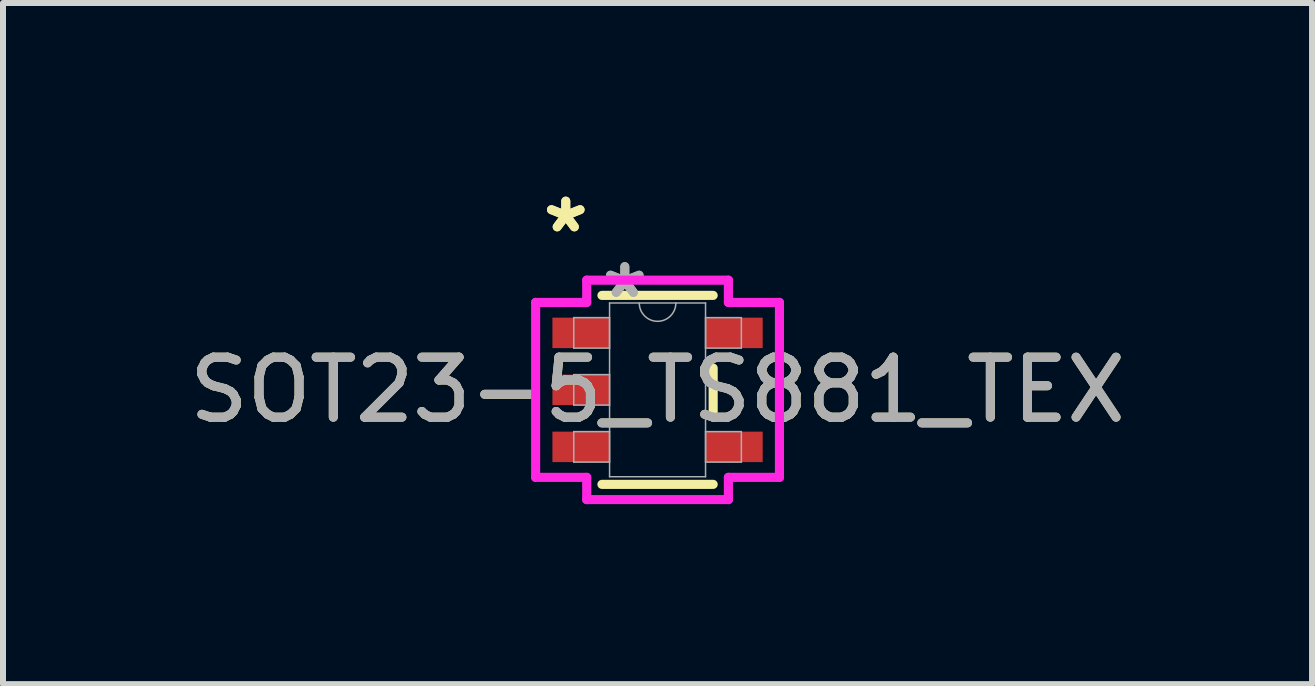
<source format=kicad_pcb>
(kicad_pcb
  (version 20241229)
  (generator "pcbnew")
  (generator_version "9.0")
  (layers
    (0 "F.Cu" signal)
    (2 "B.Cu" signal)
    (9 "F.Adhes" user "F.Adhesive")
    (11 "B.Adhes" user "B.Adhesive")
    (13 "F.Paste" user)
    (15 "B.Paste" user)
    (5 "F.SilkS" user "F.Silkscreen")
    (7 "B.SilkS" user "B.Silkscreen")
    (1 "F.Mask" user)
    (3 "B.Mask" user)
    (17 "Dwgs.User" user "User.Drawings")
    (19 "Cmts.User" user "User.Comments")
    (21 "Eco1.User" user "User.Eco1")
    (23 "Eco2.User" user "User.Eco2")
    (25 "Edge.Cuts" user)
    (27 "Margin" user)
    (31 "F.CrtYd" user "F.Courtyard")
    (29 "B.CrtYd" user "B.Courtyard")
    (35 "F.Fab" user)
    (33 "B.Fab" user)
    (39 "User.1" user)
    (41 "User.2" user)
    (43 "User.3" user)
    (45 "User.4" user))
  (footprint "SOT23-5_TS881_TEX"
    (layer "F.Cu")
    (at 7.911 3.449)
    (property "Reference" "SOT23-5_TS881_TEX" (at 0 0 0) (unlocked yes) (layer "F.SilkS") (effects (font (size 1 1) (thickness 0.15))))
    (attr smd)
    (fp_line (start -0.927 1.575) (end 0.927 1.575) (stroke (width 0.152) (type solid)) (layer "F.SilkS"))
    (fp_line (start 0.927 -1.575) (end -0.927 -1.575) (stroke (width 0.152) (type solid)) (layer "F.SilkS"))
    (fp_line (start 0.927 0.363) (end 0.927 -0.363) (stroke (width 0.152) (type solid)) (layer "F.SilkS"))
    (fp_line (start -2.032 -1.458) (end -1.181 -1.458) (stroke (width 0.152) (type solid)) (layer "F.CrtYd"))
    (fp_line (start -2.032 1.458) (end -2.032 -1.458) (stroke (width 0.152) (type solid)) (layer "F.CrtYd"))
    (fp_line (start -1.181 -1.829) (end 1.181 -1.829) (stroke (width 0.152) (type solid)) (layer "F.CrtYd"))
    (fp_line (start -1.181 -1.458) (end -1.181 -1.829) (stroke (width 0.152) (type solid)) (layer "F.CrtYd"))
    (fp_line (start -1.181 1.458) (end -2.032 1.458) (stroke (width 0.152) (type solid)) (layer "F.CrtYd"))
    (fp_line (start -1.181 1.829) (end -1.181 1.458) (stroke (width 0.152) (type solid)) (layer "F.CrtYd"))
    (fp_line (start 1.181 -1.829) (end 1.181 -1.458) (stroke (width 0.152) (type solid)) (layer "F.CrtYd"))
    (fp_line (start 1.181 -1.458) (end 2.032 -1.458) (stroke (width 0.152) (type solid)) (layer "F.CrtYd"))
    (fp_line (start 1.181 1.458) (end 1.181 1.829) (stroke (width 0.152) (type solid)) (layer "F.CrtYd"))
    (fp_line (start 1.181 1.829) (end -1.181 1.829) (stroke (width 0.152) (type solid)) (layer "F.CrtYd"))
    (fp_line (start 2.032 -1.458) (end 2.032 1.458) (stroke (width 0.152) (type solid)) (layer "F.CrtYd"))
    (fp_line (start 2.032 1.458) (end 1.181 1.458) (stroke (width 0.152) (type solid)) (layer "F.CrtYd"))
    (fp_line (start -1.397 -1.204) (end -1.397 -0.696) (stroke (width 0.025) (type solid)) (layer "F.Fab"))
    (fp_line (start -1.397 -0.696) (end -0.8 -0.696) (stroke (width 0.025) (type solid)) (layer "F.Fab"))
    (fp_line (start -1.397 -0.254) (end -1.397 0.254) (stroke (width 0.025) (type solid)) (layer "F.Fab"))
    (fp_line (start -1.397 0.254) (end -0.8 0.254) (stroke (width 0.025) (type solid)) (layer "F.Fab"))
    (fp_line (start -1.397 0.696) (end -1.397 1.204) (stroke (width 0.025) (type solid)) (layer "F.Fab"))
    (fp_line (start -1.397 1.204) (end -0.8 1.204) (stroke (width 0.025) (type solid)) (layer "F.Fab"))
    (fp_line (start -0.8 -1.448) (end -0.8 1.448) (stroke (width 0.025) (type solid)) (layer "F.Fab"))
    (fp_line (start -0.8 -1.204) (end -1.397 -1.204) (stroke (width 0.025) (type solid)) (layer "F.Fab"))
    (fp_line (start -0.8 -0.696) (end -0.8 -1.204) (stroke (width 0.025) (type solid)) (layer "F.Fab"))
    (fp_line (start -0.8 -0.254) (end -1.397 -0.254) (stroke (width 0.025) (type solid)) (layer "F.Fab"))
    (fp_line (start -0.8 0.254) (end -0.8 -0.254) (stroke (width 0.025) (type solid)) (layer "F.Fab"))
    (fp_line (start -0.8 0.696) (end -1.397 0.696) (stroke (width 0.025) (type solid)) (layer "F.Fab"))
    (fp_line (start -0.8 1.204) (end -0.8 0.696) (stroke (width 0.025) (type solid)) (layer "F.Fab"))
    (fp_line (start -0.8 1.448) (end 0.8 1.448) (stroke (width 0.025) (type solid)) (layer "F.Fab"))
    (fp_line (start 0.8 -1.448) (end -0.8 -1.448) (stroke (width 0.025) (type solid)) (layer "F.Fab"))
    (fp_line (start 0.8 -1.204) (end 0.8 -0.696) (stroke (width 0.025) (type solid)) (layer "F.Fab"))
    (fp_line (start 0.8 -0.696) (end 1.397 -0.696) (stroke (width 0.025) (type solid)) (layer "F.Fab"))
    (fp_line (start 0.8 0.696) (end 0.8 1.204) (stroke (width 0.025) (type solid)) (layer "F.Fab"))
    (fp_line (start 0.8 1.204) (end 1.397 1.204) (stroke (width 0.025) (type solid)) (layer "F.Fab"))
    (fp_line (start 0.8 1.448) (end 0.8 -1.448) (stroke (width 0.025) (type solid)) (layer "F.Fab"))
    (fp_line (start 1.397 -1.204) (end 0.8 -1.204) (stroke (width 0.025) (type solid)) (layer "F.Fab"))
    (fp_line (start 1.397 -0.696) (end 1.397 -1.204) (stroke (width 0.025) (type solid)) (layer "F.Fab"))
    (fp_line (start 1.397 0.696) (end 0.8 0.696) (stroke (width 0.025) (type solid)) (layer "F.Fab"))
    (fp_line (start 1.397 1.204) (end 1.397 0.696) (stroke (width 0.025) (type solid)) (layer "F.Fab"))
    (fp_arc (start 0.3048 -1.4478) (mid 0 -1.143) (end -0.3048 -1.4478) (stroke (width 0.0254) (type solid)) (layer "F.Fab"))
    (fp_text user "*" (at -1.53 -2.601 0) (unlocked yes) (layer "F.SilkS") (effects (font (size 1 1) (thickness 0.15))))
    (fp_text user "*" (at -1.53 -2.601 0) (layer "F.SilkS") (effects (font (size 1 1) (thickness 0.15))))
    (fp_text user "${REFERENCE}" (at 0 0 0) (unlocked yes) (layer "F.Fab") (effects (font (size 1 1) (thickness 0.15))))
    (fp_text user "*" (at -0.546 -1.509 0) (layer "F.Fab") (effects (font (size 1 1) (thickness 0.15))))
    (fp_text user "*" (at -0.546 -1.509 0) (unlocked yes) (layer "F.Fab") (effects (font (size 1 1) (thickness 0.15))))
    (pad "1" smd rect (at -1.276 -0.95) (size 0.953 0.508) (layers "F.Cu" "F.Mask" "F.Paste"))
    (pad "2" smd rect (at -1.276 0) (size 0.953 0.508) (layers "F.Cu" "F.Mask" "F.Paste"))
    (pad "3" smd rect (at -1.276 0.95) (size 0.953 0.508) (layers "F.Cu" "F.Mask" "F.Paste"))
    (pad "4" smd rect (at 1.276 0.95) (size 0.953 0.508) (layers "F.Cu" "F.Mask" "F.Paste"))
    (pad "5" smd rect (at 1.276 -0.95) (size 0.953 0.508) (layers "F.Cu" "F.Mask" "F.Paste")))
  (gr_rect
    (start -3 -3)
    (end 18.821 8.354)
    (stroke (width 0.1) (type default))
    (fill no)
    (layer "Edge.Cuts")))
</source>
